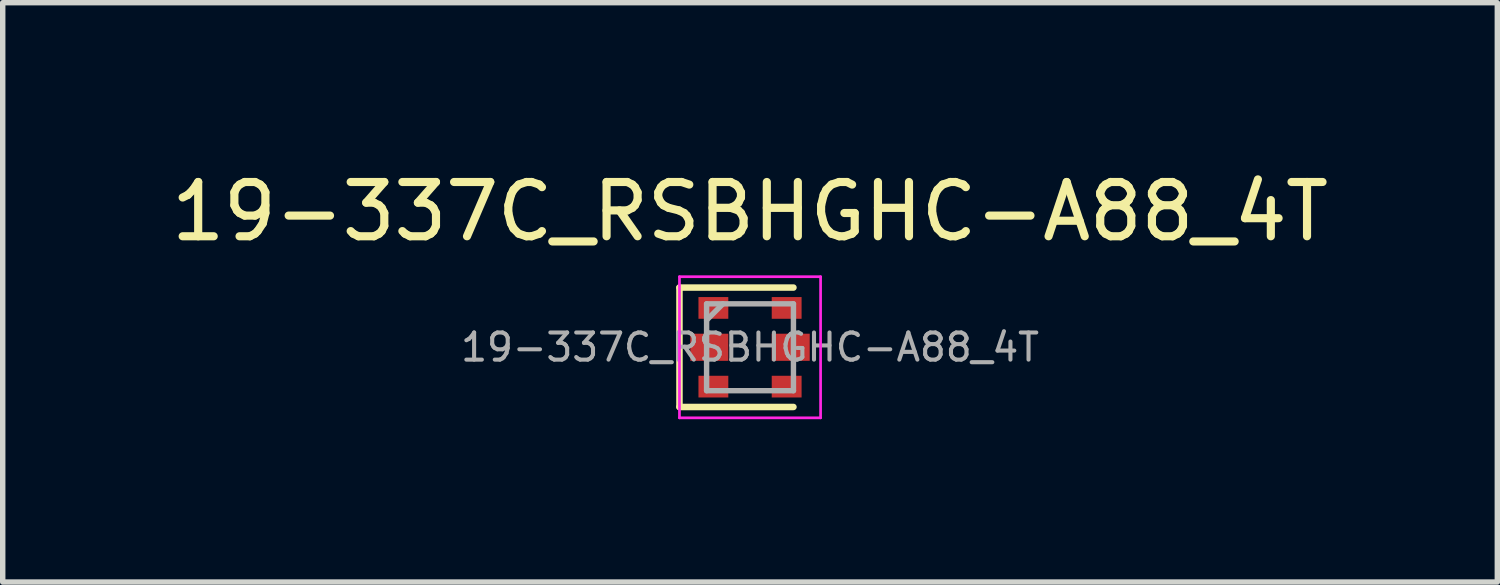
<source format=kicad_pcb>
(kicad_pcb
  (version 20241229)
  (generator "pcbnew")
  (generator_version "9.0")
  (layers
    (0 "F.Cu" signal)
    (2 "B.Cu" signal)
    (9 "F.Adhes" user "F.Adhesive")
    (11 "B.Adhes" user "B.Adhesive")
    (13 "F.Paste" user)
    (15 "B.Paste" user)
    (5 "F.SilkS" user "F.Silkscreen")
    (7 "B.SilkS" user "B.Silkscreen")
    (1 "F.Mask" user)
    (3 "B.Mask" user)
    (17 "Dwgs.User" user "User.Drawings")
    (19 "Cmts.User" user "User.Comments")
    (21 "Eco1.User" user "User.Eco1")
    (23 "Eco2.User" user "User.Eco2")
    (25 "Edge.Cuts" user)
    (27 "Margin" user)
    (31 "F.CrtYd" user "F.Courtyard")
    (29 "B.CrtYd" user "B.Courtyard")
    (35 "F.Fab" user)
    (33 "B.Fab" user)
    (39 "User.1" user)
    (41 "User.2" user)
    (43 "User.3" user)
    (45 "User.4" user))
  (footprint "19-337C_RSBHGHC-A88_4T"
    (layer "F.Cu")
    (at 10.768 3.348)
    (property "Reference" "19-337C_RSBHGHC-A88_4T" (at 0 -2.5 0) (layer "F.SilkS") (effects (font (size 1 1) (thickness 0.15))))
    (attr smd)
    (fp_line (start -1.3 -1.1) (end -1.3 1.1) (stroke (width 0.12) (type solid)) (layer "F.SilkS"))
    (fp_line (start -1.3 -1.1) (end 0.8 -1.1) (stroke (width 0.12) (type solid)) (layer "F.SilkS"))
    (fp_line (start -1.3 1.1) (end 0.8 1.1) (stroke (width 0.12) (type solid)) (layer "F.SilkS"))
    (fp_line (start -1.3 -1.3) (end -1.3 1.3) (stroke (width 0.05) (type solid)) (layer "F.CrtYd"))
    (fp_line (start -1.3 -1.3) (end 1.3 -1.3) (stroke (width 0.05) (type solid)) (layer "F.CrtYd"))
    (fp_line (start -1.3 1.3) (end 1.3 1.3) (stroke (width 0.05) (type solid)) (layer "F.CrtYd"))
    (fp_line (start 1.3 -1.3) (end 1.3 1.3) (stroke (width 0.05) (type solid)) (layer "F.CrtYd"))
    (fp_line (start -0.8 -0.8) (end -0.8 0.8) (stroke (width 0.1) (type solid)) (layer "F.Fab"))
    (fp_line (start -0.8 -0.8) (end 0.8 -0.8) (stroke (width 0.1) (type solid)) (layer "F.Fab"))
    (fp_line (start -0.8 -0.5) (end -0.5 -0.8) (stroke (width 0.1) (type solid)) (layer "F.Fab"))
    (fp_line (start -0.8 0.8) (end 0.8 0.8) (stroke (width 0.1) (type solid)) (layer "F.Fab"))
    (fp_line (start 0.8 -0.8) (end 0.8 0.8) (stroke (width 0.1) (type solid)) (layer "F.Fab"))
    (fp_text user "${REFERENCE}" (at 0 0 0) (layer "F.Fab") (effects (font (size 0.5 0.5) (thickness 0.075))))
    (pad "1" smd rect (at 0.675 -0.725) (size 0.55 0.4) (layers "F.Cu" "F.Mask" "F.Paste"))
    (pad "2" smd rect (at -0.675 -0.725) (size 0.55 0.4) (layers "F.Cu" "F.Mask" "F.Paste"))
    (pad "3" smd rect (at 0.75 0) (size 0.7 0.5) (layers "F.Cu" "F.Mask" "F.Paste"))
    (pad "4" smd rect (at -0.75 0) (size 0.7 0.5) (layers "F.Cu" "F.Mask" "F.Paste"))
    (pad "5" smd rect (at 0.675 0.725) (size 0.55 0.4) (layers "F.Cu" "F.Mask" "F.Paste"))
    (pad "6" smd rect (at -0.675 0.725) (size 0.55 0.4) (layers "F.Cu" "F.Mask" "F.Paste")))
  (gr_rect
    (start -3 -3)
    (end 24.536 7.673)
    (stroke (width 0.1) (type default))
    (fill no)
    (layer "Edge.Cuts")))
</source>
